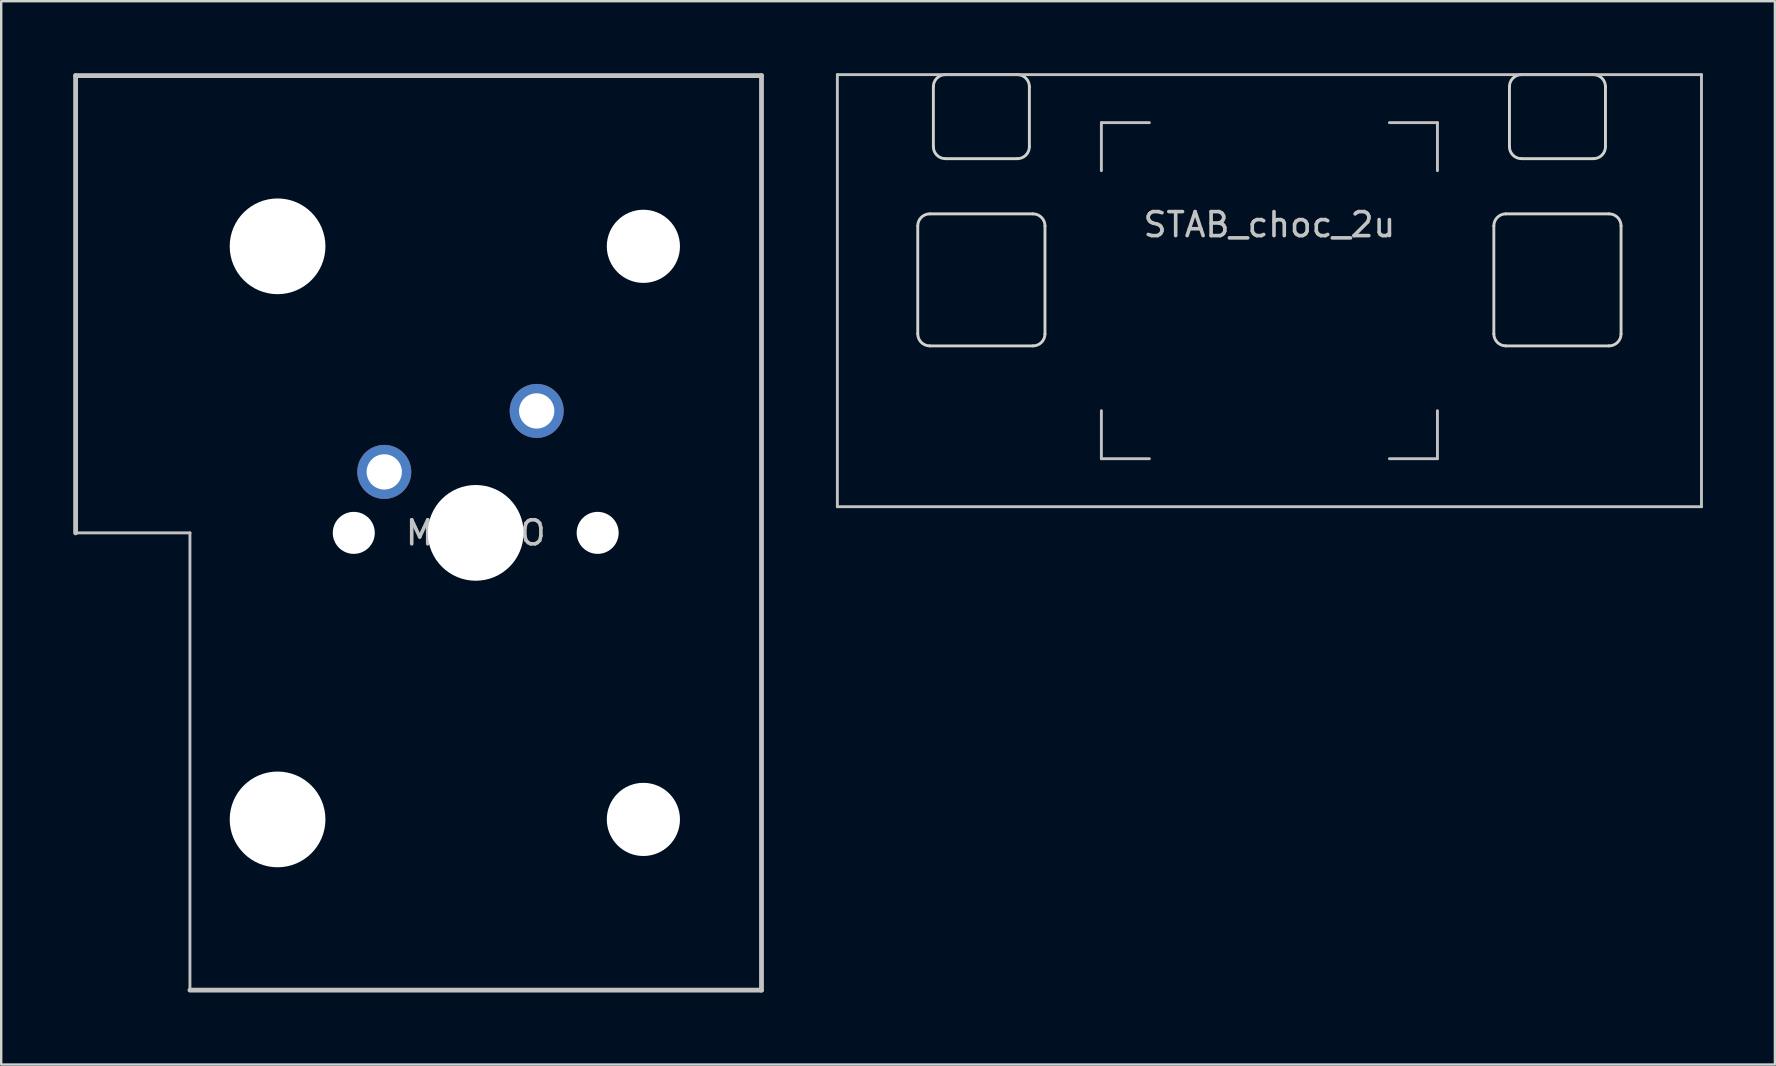
<source format=kicad_pcb>
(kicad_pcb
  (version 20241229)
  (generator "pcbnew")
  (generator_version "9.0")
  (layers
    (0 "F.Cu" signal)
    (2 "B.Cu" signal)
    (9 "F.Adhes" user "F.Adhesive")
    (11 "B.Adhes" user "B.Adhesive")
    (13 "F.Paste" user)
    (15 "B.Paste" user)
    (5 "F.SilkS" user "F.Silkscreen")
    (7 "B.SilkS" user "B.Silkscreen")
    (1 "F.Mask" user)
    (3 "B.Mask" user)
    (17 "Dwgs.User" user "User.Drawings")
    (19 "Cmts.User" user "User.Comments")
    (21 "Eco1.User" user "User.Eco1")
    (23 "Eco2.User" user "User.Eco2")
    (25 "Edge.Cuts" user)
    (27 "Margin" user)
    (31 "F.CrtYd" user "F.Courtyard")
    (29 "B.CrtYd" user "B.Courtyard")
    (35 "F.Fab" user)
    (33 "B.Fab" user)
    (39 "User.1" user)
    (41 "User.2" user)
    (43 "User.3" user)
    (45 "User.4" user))
  (footprint "STAB_choc_2u"
    (layer "F.Cu")
    (at 49.835 9.06)
    (property "Reference" "STAB_choc_2u" (at 0 -2.75 180) (layer "Dwgs.User") (effects (font (size 1 1) (thickness 0.15))))
    (attr exclude_from_pos_files exclude_from_bom)
    (fp_line (start -18 -9) (end 18 -9) (stroke (width 0.12) (type solid)) (layer "Dwgs.User"))
    (fp_line (start -18 9) (end -18 -9) (stroke (width 0.12) (type solid)) (layer "Dwgs.User"))
    (fp_line (start -7 -7) (end -7 -5) (stroke (width 0.12) (type solid)) (layer "Dwgs.User"))
    (fp_line (start -7 -7) (end -5 -7) (stroke (width 0.12) (type solid)) (layer "Dwgs.User"))
    (fp_line (start -7 7) (end -7 5) (stroke (width 0.12) (type solid)) (layer "Dwgs.User"))
    (fp_line (start -7 7) (end -5 7) (stroke (width 0.12) (type solid)) (layer "Dwgs.User"))
    (fp_line (start 7 -7) (end 5 -7) (stroke (width 0.12) (type solid)) (layer "Dwgs.User"))
    (fp_line (start 7 -7) (end 7 -5) (stroke (width 0.12) (type solid)) (layer "Dwgs.User"))
    (fp_line (start 7 5) (end 7 7) (stroke (width 0.12) (type solid)) (layer "Dwgs.User"))
    (fp_line (start 7 7) (end 5 7) (stroke (width 0.12) (type solid)) (layer "Dwgs.User"))
    (fp_line (start 18 -9) (end 18 9) (stroke (width 0.12) (type solid)) (layer "Dwgs.User"))
    (fp_line (start 18 9) (end -18 9) (stroke (width 0.12) (type solid)) (layer "Dwgs.User"))
    (fp_line (start -14.65 1.8) (end -14.65 -2.7) (stroke (width 0.12) (type solid)) (layer "Edge.Cuts"))
    (fp_line (start -14.15 -3.2) (end -9.85 -3.2) (stroke (width 0.12) (type solid)) (layer "Edge.Cuts"))
    (fp_line (start -14.15 2.3) (end -9.85 2.3) (stroke (width 0.12) (type solid)) (layer "Edge.Cuts"))
    (fp_line (start -14 -6) (end -14 -8.5) (stroke (width 0.12) (type solid)) (layer "Edge.Cuts"))
    (fp_line (start -13.5 -9) (end -10.5 -9) (stroke (width 0.12) (type solid)) (layer "Edge.Cuts"))
    (fp_line (start -13.5 -5.5) (end -10.5 -5.5) (stroke (width 0.12) (type solid)) (layer "Edge.Cuts"))
    (fp_line (start -10 -6) (end -10 -8.5) (stroke (width 0.12) (type solid)) (layer "Edge.Cuts"))
    (fp_line (start -9.35 1.8) (end -9.35 -2.7) (stroke (width 0.12) (type solid)) (layer "Edge.Cuts"))
    (fp_line (start 9.35 1.8) (end 9.35 -2.7) (stroke (width 0.12) (type solid)) (layer "Edge.Cuts"))
    (fp_line (start 10 -6) (end 10 -8.5) (stroke (width 0.12) (type solid)) (layer "Edge.Cuts"))
    (fp_line (start 13.5 -9) (end 10.5 -9) (stroke (width 0.12) (type solid)) (layer "Edge.Cuts"))
    (fp_line (start 13.5 -5.5) (end 10.5 -5.5) (stroke (width 0.12) (type solid)) (layer "Edge.Cuts"))
    (fp_line (start 14 -6) (end 14 -8.5) (stroke (width 0.12) (type solid)) (layer "Edge.Cuts"))
    (fp_line (start 14.15 -3.2) (end 9.85 -3.2) (stroke (width 0.12) (type solid)) (layer "Edge.Cuts"))
    (fp_line (start 14.15 2.3) (end 9.85 2.3) (stroke (width 0.12) (type solid)) (layer "Edge.Cuts"))
    (fp_line (start 14.65 1.8) (end 14.65 -2.7) (stroke (width 0.12) (type solid)) (layer "Edge.Cuts"))
    (fp_arc (start -14.65 -2.7) (mid -14.503553 -3.053553) (end -14.15 -3.2) (stroke (width 0.12) (type solid)) (layer "Edge.Cuts"))
    (fp_arc (start -14.15 2.3) (mid -14.503553 2.153553) (end -14.65 1.8) (stroke (width 0.12) (type solid)) (layer "Edge.Cuts"))
    (fp_arc (start -14 -8.5) (mid -13.853553 -8.853553) (end -13.5 -9) (stroke (width 0.12) (type solid)) (layer "Edge.Cuts"))
    (fp_arc (start -13.5 -5.5) (mid -13.853553 -5.646447) (end -14 -6) (stroke (width 0.12) (type solid)) (layer "Edge.Cuts"))
    (fp_arc (start -10.5 -9) (mid -10.146447 -8.853553) (end -10 -8.5) (stroke (width 0.12) (type solid)) (layer "Edge.Cuts"))
    (fp_arc (start -10 -6) (mid -10.146447 -5.646447) (end -10.5 -5.5) (stroke (width 0.12) (type solid)) (layer "Edge.Cuts"))
    (fp_arc (start -9.85 -3.2) (mid -9.496447 -3.053553) (end -9.35 -2.7) (stroke (width 0.12) (type solid)) (layer "Edge.Cuts"))
    (fp_arc (start -9.35 1.8) (mid -9.496447 2.153553) (end -9.85 2.3) (stroke (width 0.12) (type solid)) (layer "Edge.Cuts"))
    (fp_arc (start 9.35 -2.7) (mid 9.496447 -3.053553) (end 9.85 -3.2) (stroke (width 0.12) (type solid)) (layer "Edge.Cuts"))
    (fp_arc (start 9.85 2.3) (mid 9.496447 2.153553) (end 9.35 1.8) (stroke (width 0.12) (type solid)) (layer "Edge.Cuts"))
    (fp_arc (start 10 -8.5) (mid 10.146447 -8.853553) (end 10.5 -9) (stroke (width 0.12) (type solid)) (layer "Edge.Cuts"))
    (fp_arc (start 10.5 -5.5) (mid 10.146447 -5.646447) (end 10 -6) (stroke (width 0.12) (type solid)) (layer "Edge.Cuts"))
    (fp_arc (start 13.5 -9) (mid 13.853553 -8.853553) (end 14 -8.5) (stroke (width 0.12) (type solid)) (layer "Edge.Cuts"))
    (fp_arc (start 14 -6) (mid 13.853553 -5.646447) (end 13.5 -5.5) (stroke (width 0.12) (type solid)) (layer "Edge.Cuts"))
    (fp_arc (start 14.15 -3.2) (mid 14.503553 -3.053553) (end 14.65 -2.7) (stroke (width 0.12) (type solid)) (layer "Edge.Cuts"))
    (fp_arc (start 14.65 1.8) (mid 14.503553 2.153553) (end 14.15 2.3) (stroke (width 0.12) (type solid)) (layer "Edge.Cuts")))
  (footprint "MX-ISO"
    (layer "F.Cu")
    (at 16.769 19.15)
    (property "Reference" "MX-ISO" (at 0 0 0) (layer "Dwgs.User") (effects (font (size 1 1) (thickness 0.15))))
    (attr through_hole)
    (fp_line (start -16.669 0) (end -16.669 -19.05) (stroke (width 0.2) (type solid)) (layer "Dwgs.User"))
    (fp_line (start -11.906 0) (end -16.669 0) (stroke (width 0.12) (type solid)) (layer "Dwgs.User"))
    (fp_line (start -11.906 19.05) (end -11.906 0) (stroke (width 0.12) (type solid)) (layer "Dwgs.User"))
    (fp_line (start 11.906 -19.05) (end -16.669 -19.05) (stroke (width 0.2) (type solid)) (layer "Dwgs.User"))
    (fp_line (start 11.906 19.05) (end -11.906 19.05) (stroke (width 0.2) (type solid)) (layer "Dwgs.User"))
    (fp_line (start 11.906 19.05) (end 11.906 -19.05) (stroke (width 0.2) (type solid)) (layer "Dwgs.User"))
    (fp_line (start -10.25 -15.368) (end -10.25 15.368) (stroke (width 0.12) (type solid)) (layer "Eco1.User"))
    (fp_line (start -10.25 15.368) (end 8.95 15.368) (stroke (width 0.12) (type solid)) (layer "Eco1.User"))
    (fp_line (start -7 -8.508) (end 8.95 -8.508) (stroke (width 0.12) (type solid)) (layer "Eco1.User"))
    (fp_line (start -7 -7) (end -7 -8.508) (stroke (width 0.12) (type solid)) (layer "Eco1.User"))
    (fp_line (start -7 8.508) (end -7 7) (stroke (width 0.12) (type solid)) (layer "Eco1.User"))
    (fp_line (start 7 -7) (end -7 -7) (stroke (width 0.12) (type solid)) (layer "Eco1.User"))
    (fp_line (start 7 -7) (end 7 7) (stroke (width 0.12) (type solid)) (layer "Eco1.User"))
    (fp_line (start 7 7) (end -7 7) (stroke (width 0.12) (type solid)) (layer "Eco1.User"))
    (fp_line (start 8.95 -15.368) (end -10.25 -15.368) (stroke (width 0.12) (type solid)) (layer "Eco1.User"))
    (fp_line (start 8.95 -8.508) (end 8.95 -15.368) (stroke (width 0.12) (type solid)) (layer "Eco1.User"))
    (fp_line (start 8.95 8.508) (end -7 8.508) (stroke (width 0.12) (type solid)) (layer "Eco1.User"))
    (fp_line (start 8.95 15.368) (end 8.95 8.508) (stroke (width 0.12) (type solid)) (layer "Eco1.User"))
    (fp_circle (center 6.985 -11.938) (end 6.985 -9.438) (stroke (width 0.12) (type solid)) (fill no) (layer "Eco2.User"))
    (fp_circle (center 6.985 11.938) (end 6.985 14.438) (stroke (width 0.12) (type solid)) (fill no) (layer "Eco2.User"))
    (pad "" np_thru_hole circle (at -8.255 -11.938 270) (size 3.988 3.988) (drill 3.988) (layers "*.Cu" "*.Mask"))
    (pad "" np_thru_hole circle (at -8.255 11.938 270) (size 3.988 3.988) (drill 3.988) (layers "*.Cu" "*.Mask"))
    (pad "" np_thru_hole circle (at -5.08 0) (size 1.75 1.75) (drill 1.75) (layers "*.Cu" "*.Mask"))
    (pad "" np_thru_hole circle (at 0 0) (size 3.988 3.988) (drill 3.988) (layers "*.Cu" "*.Mask"))
    (pad "" np_thru_hole circle (at 5.08 0) (size 1.75 1.75) (drill 1.75) (layers "*.Cu" "*.Mask"))
    (pad "" np_thru_hole circle (at 6.985 -11.938 270) (size 3.048 3.048) (drill 3.048) (layers "*.Cu" "*.Mask"))
    (pad "" np_thru_hole circle (at 6.985 11.938 270) (size 3.048 3.048) (drill 3.048) (layers "*.Cu" "*.Mask"))
    (pad "1" thru_hole circle (at 2.54 -5.08) (size 2.25 2.25) (drill 1.47) (layers "*.Cu" "B.Mask"))
    (pad "2" thru_hole circle (at -3.81 -2.54) (size 2.25 2.25) (drill 1.47) (layers "*.Cu" "B.Mask")))
  (gr_rect
    (start -3 -3)
    (end 70.895 41.3)
    (stroke (width 0.1) (type default))
    (fill no)
    (layer "Edge.Cuts")))
</source>
